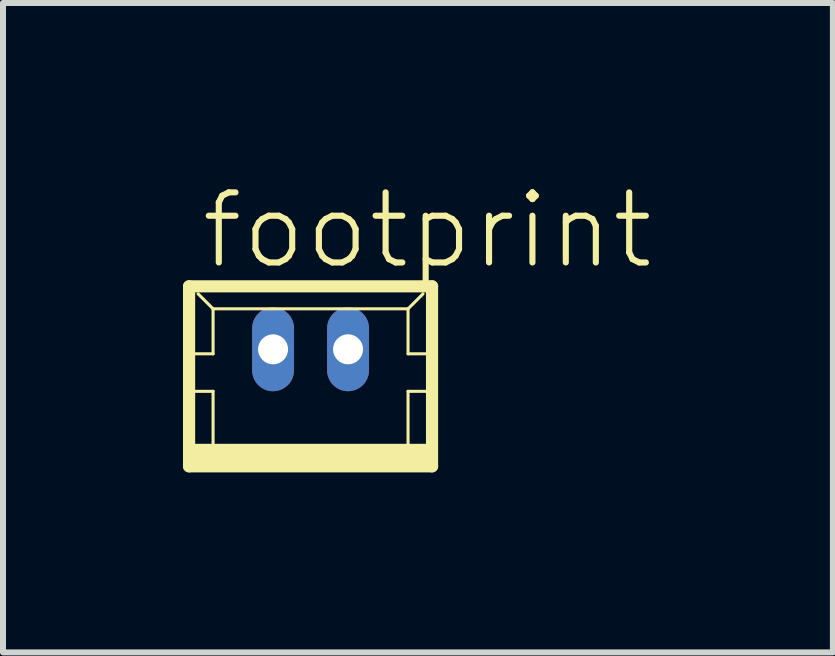
<source format=kicad_pcb>
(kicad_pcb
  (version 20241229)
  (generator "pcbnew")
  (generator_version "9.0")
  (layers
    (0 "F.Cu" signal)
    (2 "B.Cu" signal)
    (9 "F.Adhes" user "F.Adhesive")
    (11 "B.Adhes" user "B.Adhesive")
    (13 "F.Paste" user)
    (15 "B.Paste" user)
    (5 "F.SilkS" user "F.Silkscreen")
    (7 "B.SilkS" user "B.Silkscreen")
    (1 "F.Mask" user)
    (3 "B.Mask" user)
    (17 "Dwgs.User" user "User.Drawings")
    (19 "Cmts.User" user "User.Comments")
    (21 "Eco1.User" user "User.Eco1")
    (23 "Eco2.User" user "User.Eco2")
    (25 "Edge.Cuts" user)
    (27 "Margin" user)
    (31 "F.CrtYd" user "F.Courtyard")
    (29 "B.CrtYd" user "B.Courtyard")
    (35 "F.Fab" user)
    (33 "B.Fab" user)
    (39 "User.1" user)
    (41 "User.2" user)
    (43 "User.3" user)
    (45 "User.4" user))
  (footprint "footprint"
    (layer "F.Cu")
    (at 2.127 3.223)
    (property "Reference" "footprint" (at -1.875 -1.75 0) (layer "F.SilkS") (effects (font (size 1.168 1.168) (thickness 0.102)) (justify left bottom)))
    (fp_line (start -2.025 -1.5) (end -2.025 1.5) (stroke (width 0.203) (type solid)) (layer "F.SilkS"))
    (fp_line (start -2.025 1.5) (end 2.025 1.5) (stroke (width 0.203) (type solid)) (layer "F.SilkS"))
    (fp_line (start -2 -0.375) (end -1.625 -0.375) (stroke (width 0.051) (type solid)) (layer "F.SilkS"))
    (fp_line (start -2 0.25) (end -1.625 0.25) (stroke (width 0.051) (type solid)) (layer "F.SilkS"))
    (fp_line (start -1.625 -1.125) (end -1.875 -1.375) (stroke (width 0.051) (type solid)) (layer "F.SilkS"))
    (fp_line (start -1.625 -1.125) (end 1.625 -1.125) (stroke (width 0.051) (type solid)) (layer "F.SilkS"))
    (fp_line (start -1.625 -0.375) (end -1.625 -1.125) (stroke (width 0.051) (type solid)) (layer "F.SilkS"))
    (fp_line (start -1.625 0.25) (end -1.625 1.25) (stroke (width 0.051) (type solid)) (layer "F.SilkS"))
    (fp_line (start 1.625 -1.125) (end 1.625 -0.375) (stroke (width 0.051) (type solid)) (layer "F.SilkS"))
    (fp_line (start 1.625 -1.125) (end 1.875 -1.375) (stroke (width 0.051) (type solid)) (layer "F.SilkS"))
    (fp_line (start 1.625 -0.375) (end 2 -0.375) (stroke (width 0.051) (type solid)) (layer "F.SilkS"))
    (fp_line (start 1.625 0.25) (end 1.625 1.25) (stroke (width 0.051) (type solid)) (layer "F.SilkS"))
    (fp_line (start 1.625 0.25) (end 2 0.25) (stroke (width 0.051) (type solid)) (layer "F.SilkS"))
    (fp_line (start 2.025 -1.5) (end -2.025 -1.5) (stroke (width 0.203) (type solid)) (layer "F.SilkS"))
    (fp_line (start 2.025 1.5) (end 2.025 -1.5) (stroke (width 0.203) (type solid)) (layer "F.SilkS"))
    (fp_poly (pts (xy -2 1.5) (xy 2 1.5) (xy 2 1.125) (xy -2 1.125)) (stroke (width 0) (type solid)) (fill yes) (layer "F.SilkS"))
    (pad "1" thru_hole oval (at 0.625 -0.45 90) (size 1.397 0.698) (drill 0.5) (layers "*.Cu" "*.Mask"))
    (pad "2" thru_hole oval (at -0.625 -0.45 90) (size 1.397 0.698) (drill 0.5) (layers "*.Cu" "*.Mask")))
  (gr_rect
    (start -3 -3)
    (end 10.834 7.825)
    (stroke (width 0.1) (type default))
    (fill no)
    (layer "Edge.Cuts")))
</source>
